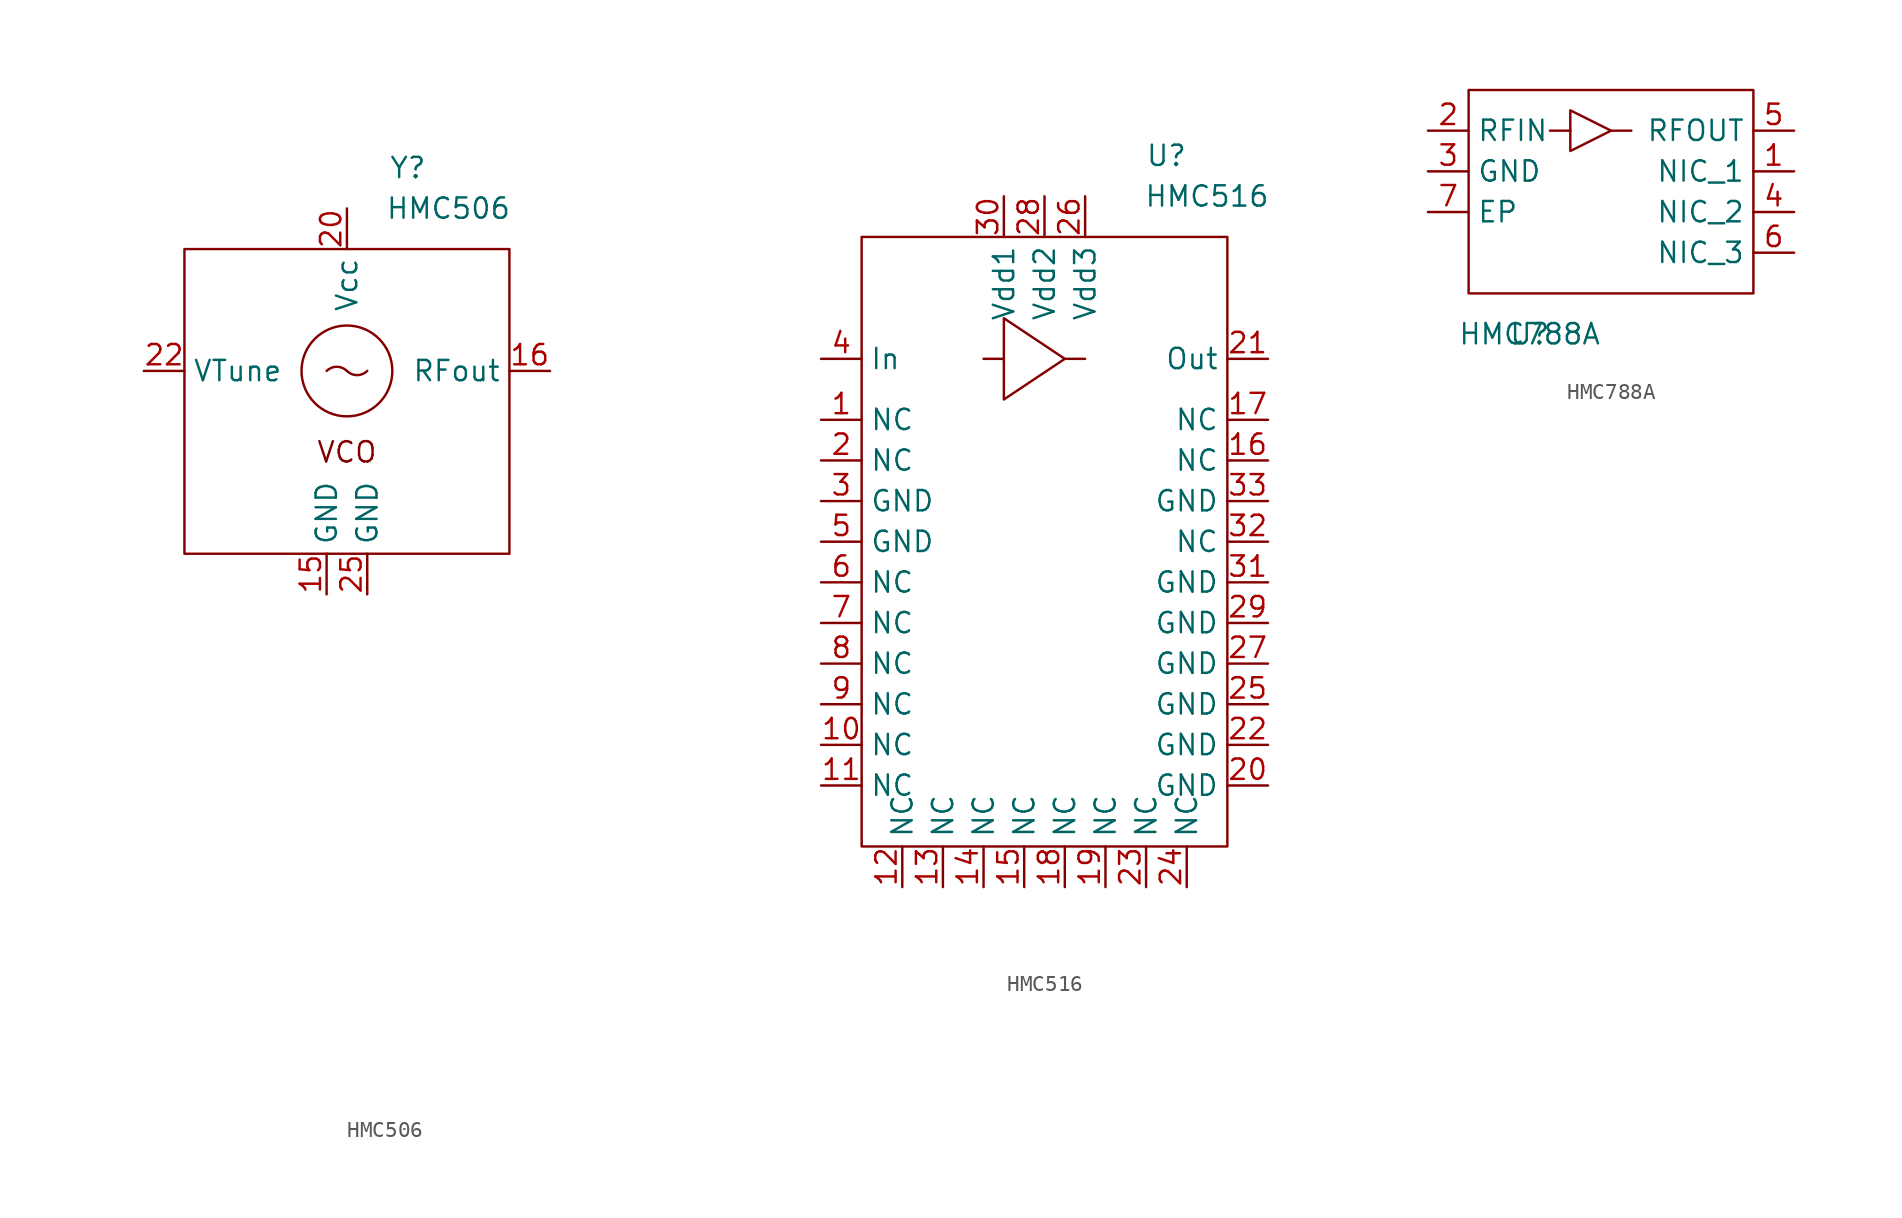
<source format=kicad_sym>
(kicad_symbol_lib
  (version 20220914)
  (generator kicad_symbol_editor)
  (symbol "HMC506"
    (property "Reference" "Y"
      (at 21.59 26.67 0)
      (effects (font (size 1.27 1.27))))
    (property "Value" "HMC506"
      (at 24.13 24.13 0)
      (effects (font (size 1.27 1.27))))
    (symbol "HMC506_0_0"
      (text "VCO" (at 17.78 8.89 0) (effects (font (size 1.27 1.27))))
      (pin unspecified line (at 19.05 -13.97 0) (length 2.54) hide (name "" (effects (font (size 1.27 1.27)))) (number "1" (effects (font (size 1.27 1.27)))))
      (pin unspecified line (at 34.29 -16.51 0) (length 2.54) hide (name "" (effects (font (size 1.27 1.27)))) (number "10" (effects (font (size 1.27 1.27)))))
      (pin unspecified line (at 34.29 -19.05 0) (length 2.54) hide (name "" (effects (font (size 1.27 1.27)))) (number "11" (effects (font (size 1.27 1.27)))))
      (pin unspecified line (at 34.29 -21.59 0) (length 2.54) hide (name "" (effects (font (size 1.27 1.27)))) (number "12" (effects (font (size 1.27 1.27)))))
      (pin unspecified line (at 34.29 -24.13 0) (length 2.54) hide (name "" (effects (font (size 1.27 1.27)))) (number "13" (effects (font (size 1.27 1.27)))))
      (pin unspecified line (at 34.29 -26.67 0) (length 2.54) hide (name "" (effects (font (size 1.27 1.27)))) (number "14" (effects (font (size 1.27 1.27)))))
      (pin unspecified line (at 16.51 0 90) (length 2.54) (name "GND" (effects (font (size 1.27 1.27)))) (number "15" (effects (font (size 1.27 1.27)))))
      (pin unspecified line (at 30.48 13.97 180) (length 2.54) (name "RFout" (effects (font (size 1.27 1.27)))) (number "16" (effects (font (size 1.27 1.27)))))
      (pin unspecified line (at 3.81 -13.97 0) (length 2.54) hide (name "" (effects (font (size 1.27 1.27)))) (number "17" (effects (font (size 1.27 1.27)))))
      (pin unspecified line (at 3.81 -16.51 0) (length 2.54) hide (name "" (effects (font (size 1.27 1.27)))) (number "18" (effects (font (size 1.27 1.27)))))
      (pin unspecified line (at 3.81 -19.05 0) (length 2.54) hide (name "" (effects (font (size 1.27 1.27)))) (number "19" (effects (font (size 1.27 1.27)))))
      (pin unspecified line (at 19.05 -16.51 0) (length 2.54) hide (name "" (effects (font (size 1.27 1.27)))) (number "2" (effects (font (size 1.27 1.27)))))
      (pin unspecified line (at 17.78 24.13 270) (length 2.54) (name "Vcc" (effects (font (size 1.27 1.27)))) (number "20" (effects (font (size 1.27 1.27)))))
      (pin unspecified line (at 3.81 -21.59 0) (length 2.54) hide (name "" (effects (font (size 1.27 1.27)))) (number "21" (effects (font (size 1.27 1.27)))))
      (pin input line (at 5.08 13.97 0) (length 2.54) (name "VTune" (effects (font (size 1.27 1.27)))) (number "22" (effects (font (size 1.27 1.27)))))
      (pin unspecified line (at 3.81 -24.13 0) (length 2.54) hide (name "" (effects (font (size 1.27 1.27)))) (number "23" (effects (font (size 1.27 1.27)))))
      (pin unspecified line (at 3.81 -26.67 0) (length 2.54) hide (name "" (effects (font (size 1.27 1.27)))) (number "24" (effects (font (size 1.27 1.27)))))
      (pin unspecified line (at 19.05 0 90) (length 2.54) (name "GND" (effects (font (size 1.27 1.27)))) (number "25" (effects (font (size 1.27 1.27)))))
      (pin unspecified line (at 19.05 -19.05 0) (length 2.54) hide (name "" (effects (font (size 1.27 1.27)))) (number "3" (effects (font (size 1.27 1.27)))))
      (pin unspecified line (at 19.05 -21.59 0) (length 2.54) hide (name "" (effects (font (size 1.27 1.27)))) (number "4" (effects (font (size 1.27 1.27)))))
      (pin unspecified line (at 19.05 -24.13 0) (length 2.54) hide (name "" (effects (font (size 1.27 1.27)))) (number "5" (effects (font (size 1.27 1.27)))))
      (pin unspecified line (at 19.05 -26.67 0) (length 2.54) hide (name "" (effects (font (size 1.27 1.27)))) (number "6" (effects (font (size 1.27 1.27)))))
      (pin unspecified line (at 34.29 -8.89 0) (length 2.54) hide (name "" (effects (font (size 1.27 1.27)))) (number "7" (effects (font (size 1.27 1.27)))))
      (pin unspecified line (at 34.29 -11.43 0) (length 2.54) hide (name "" (effects (font (size 1.27 1.27)))) (number "8" (effects (font (size 1.27 1.27)))))
      (pin unspecified line (at 34.29 -13.97 0) (length 2.54) hide (name "" (effects (font (size 1.27 1.27)))) (number "9" (effects (font (size 1.27 1.27))))))
    (symbol "HMC506_0_1"
      (rectangle (start 7.62 21.59) (end 27.94 2.54) (stroke (width 0) (type default)) (fill (type none)))
      (arc (start 17.78 13.97) (mid 17.145 14.2309) (end 16.51 13.97) (stroke (width 0) (type default)) (fill (type none)))
      (arc (start 17.78 13.97) (mid 18.415 13.7069) (end 19.05 13.97) (stroke (width 0) (type default)) (fill (type none)))
      (circle (center 17.78 13.97) (radius 2.84) (stroke (width 0) (type default)) (fill (type none)))))
  (symbol "HMC516"
    (property "Reference" "U"
      (at 8.89 54.61 0)
      (effects (font (size 1.27 1.27))))
    (property "Value" "HMC516"
      (at 11.43 52.07 0)
      (effects (font (size 1.27 1.27))))
    (symbol "HMC516_0_0"
      (rectangle (start -10.16 49.53) (end 12.7 11.43) (stroke (width 0) (type default)) (fill (type none)))
      (polyline (pts (xy 2.54 41.91) (xy 3.81 41.91)) (stroke (width 0) (type default)) (fill (type none)))
      (polyline (pts (xy -2.54 41.91) (xy -1.27 41.91) (xy -1.27 39.37) (xy 2.54 41.91) (xy -1.27 44.45) (xy -1.27 41.91)) (stroke (width 0) (type default)) (fill (type none)))
      (pin unspecified line (at -12.7 38.1 0) (length 2.54) (name "NC" (effects (font (size 1.27 1.27)))) (number "1" (effects (font (size 1.27 1.27)))))
      (pin unspecified line (at -12.7 17.78 0) (length 2.54) (name "NC" (effects (font (size 1.27 1.27)))) (number "10" (effects (font (size 1.27 1.27)))))
      (pin unspecified line (at -12.7 15.24 0) (length 2.54) (name "NC" (effects (font (size 1.27 1.27)))) (number "11" (effects (font (size 1.27 1.27)))))
      (pin unspecified line (at -7.62 8.89 90) (length 2.54) (name "NC" (effects (font (size 1.27 1.27)))) (number "12" (effects (font (size 1.27 1.27)))))
      (pin unspecified line (at -5.08 8.89 90) (length 2.54) (name "NC" (effects (font (size 1.27 1.27)))) (number "13" (effects (font (size 1.27 1.27)))))
      (pin unspecified line (at -2.54 8.89 90) (length 2.54) (name "NC" (effects (font (size 1.27 1.27)))) (number "14" (effects (font (size 1.27 1.27)))))
      (pin unspecified line (at 0 8.89 90) (length 2.54) (name "NC" (effects (font (size 1.27 1.27)))) (number "15" (effects (font (size 1.27 1.27)))))
      (pin unspecified line (at 15.24 35.56 180) (length 2.54) (name "NC" (effects (font (size 1.27 1.27)))) (number "16" (effects (font (size 1.27 1.27)))))
      (pin unspecified line (at 15.24 38.1 180) (length 2.54) (name "NC" (effects (font (size 1.27 1.27)))) (number "17" (effects (font (size 1.27 1.27)))))
      (pin unspecified line (at 2.54 8.89 90) (length 2.54) (name "NC" (effects (font (size 1.27 1.27)))) (number "18" (effects (font (size 1.27 1.27)))))
      (pin unspecified line (at 5.08 8.89 90) (length 2.54) (name "NC" (effects (font (size 1.27 1.27)))) (number "19" (effects (font (size 1.27 1.27)))))
      (pin unspecified line (at -12.7 35.56 0) (length 2.54) (name "NC" (effects (font (size 1.27 1.27)))) (number "2" (effects (font (size 1.27 1.27)))))
      (pin unspecified line (at 15.24 15.24 180) (length 2.54) (name "GND" (effects (font (size 1.27 1.27)))) (number "20" (effects (font (size 1.27 1.27)))))
      (pin unspecified line (at 15.24 41.91 180) (length 2.54) (name "Out" (effects (font (size 1.27 1.27)))) (number "21" (effects (font (size 1.27 1.27)))))
      (pin unspecified line (at 15.24 17.78 180) (length 2.54) (name "GND" (effects (font (size 1.27 1.27)))) (number "22" (effects (font (size 1.27 1.27)))))
      (pin unspecified line (at 7.62 8.89 90) (length 2.54) (name "NC" (effects (font (size 1.27 1.27)))) (number "23" (effects (font (size 1.27 1.27)))))
      (pin unspecified line (at 10.16 8.89 90) (length 2.54) (name "NC" (effects (font (size 1.27 1.27)))) (number "24" (effects (font (size 1.27 1.27)))))
      (pin unspecified line (at 15.24 20.32 180) (length 2.54) (name "GND" (effects (font (size 1.27 1.27)))) (number "25" (effects (font (size 1.27 1.27)))))
      (pin unspecified line (at 3.81 52.07 270) (length 2.54) (name "Vdd3" (effects (font (size 1.27 1.27)))) (number "26" (effects (font (size 1.27 1.27)))))
      (pin unspecified line (at 15.24 22.86 180) (length 2.54) (name "GND" (effects (font (size 1.27 1.27)))) (number "27" (effects (font (size 1.27 1.27)))))
      (pin unspecified line (at 1.27 52.07 270) (length 2.54) (name "Vdd2" (effects (font (size 1.27 1.27)))) (number "28" (effects (font (size 1.27 1.27)))))
      (pin unspecified line (at 15.24 25.4 180) (length 2.54) (name "GND" (effects (font (size 1.27 1.27)))) (number "29" (effects (font (size 1.27 1.27)))))
      (pin unspecified line (at -12.7 33.02 0) (length 2.54) (name "GND" (effects (font (size 1.27 1.27)))) (number "3" (effects (font (size 1.27 1.27)))))
      (pin unspecified line (at -1.27 52.07 270) (length 2.54) (name "Vdd1" (effects (font (size 1.27 1.27)))) (number "30" (effects (font (size 1.27 1.27)))))
      (pin unspecified line (at 15.24 27.94 180) (length 2.54) (name "GND" (effects (font (size 1.27 1.27)))) (number "31" (effects (font (size 1.27 1.27)))))
      (pin unspecified line (at 15.24 30.48 180) (length 2.54) (name "NC" (effects (font (size 1.27 1.27)))) (number "32" (effects (font (size 1.27 1.27)))))
      (pin unspecified line (at 15.24 33.02 180) (length 2.54) (name "GND" (effects (font (size 1.27 1.27)))) (number "33" (effects (font (size 1.27 1.27)))))
      (pin unspecified line (at -12.7 41.91 0) (length 2.54) (name "In" (effects (font (size 1.27 1.27)))) (number "4" (effects (font (size 1.27 1.27)))))
      (pin unspecified line (at -12.7 30.48 0) (length 2.54) (name "GND" (effects (font (size 1.27 1.27)))) (number "5" (effects (font (size 1.27 1.27)))))
      (pin unspecified line (at -12.7 27.94 0) (length 2.54) (name "NC" (effects (font (size 1.27 1.27)))) (number "6" (effects (font (size 1.27 1.27)))))
      (pin unspecified line (at -12.7 25.4 0) (length 2.54) (name "NC" (effects (font (size 1.27 1.27)))) (number "7" (effects (font (size 1.27 1.27)))))
      (pin unspecified line (at -12.7 22.86 0) (length 2.54) (name "NC" (effects (font (size 1.27 1.27)))) (number "8" (effects (font (size 1.27 1.27)))))
      (pin unspecified line (at -12.7 20.32 0) (length 2.54) (name "NC" (effects (font (size 1.27 1.27)))) (number "9" (effects (font (size 1.27 1.27)))))))
  (symbol "HMC788A"
    (property "Reference" "U"
      (at 1.27 5.08 0)
      (effects (font (size 1.27 1.27))))
    (property "Value" "HMC788A"
      (at 1.27 5.08 0)
      (effects (font (size 1.27 1.27))))
    (symbol "HMC788A_0_0"
      (pin passive line (at 17.78 15.24 180) (length 2.54) (name "NIC_1" (effects (font (size 1.27 1.27)))) (number "1" (effects (font (size 1.27 1.27)))))
      (pin passive line (at -5.08 17.78 0) (length 2.54) (name "RFIN" (effects (font (size 1.27 1.27)))) (number "2" (effects (font (size 1.27 1.27)))))
      (pin passive line (at -5.08 15.24 0) (length 2.54) (name "GND" (effects (font (size 1.27 1.27)))) (number "3" (effects (font (size 1.27 1.27)))))
      (pin passive line (at 17.78 12.7 180) (length 2.54) (name "NIC_2" (effects (font (size 1.27 1.27)))) (number "4" (effects (font (size 1.27 1.27)))))
      (pin passive line (at 17.78 17.78 180) (length 2.54) (name "RFOUT" (effects (font (size 1.27 1.27)))) (number "5" (effects (font (size 1.27 1.27)))))
      (pin passive line (at 17.78 10.16 180) (length 2.54) (name "NIC_3" (effects (font (size 1.27 1.27)))) (number "6" (effects (font (size 1.27 1.27)))))
      (pin passive line (at -5.08 12.7 0) (length 2.54) (name "EP" (effects (font (size 1.27 1.27)))) (number "7" (effects (font (size 1.27 1.27))))))
    (symbol "HMC788A_0_1"
      (rectangle (start -2.54 20.32) (end 15.24 7.62) (stroke (width 0) (type default)) (fill (type none)))
      (polyline (pts (xy 3.81 17.78) (xy 2.54 17.78)) (stroke (width 0) (type default)) (fill (type none)))
      (polyline (pts (xy 6.35 17.78) (xy 7.62 17.78)) (stroke (width 0) (type default)) (fill (type none)))
      (polyline (pts (xy 3.81 19.05) (xy 3.81 16.51) (xy 6.35 17.78) (xy 3.81 19.05)) (stroke (width 0) (type default)) (fill (type none))))))
</source>
